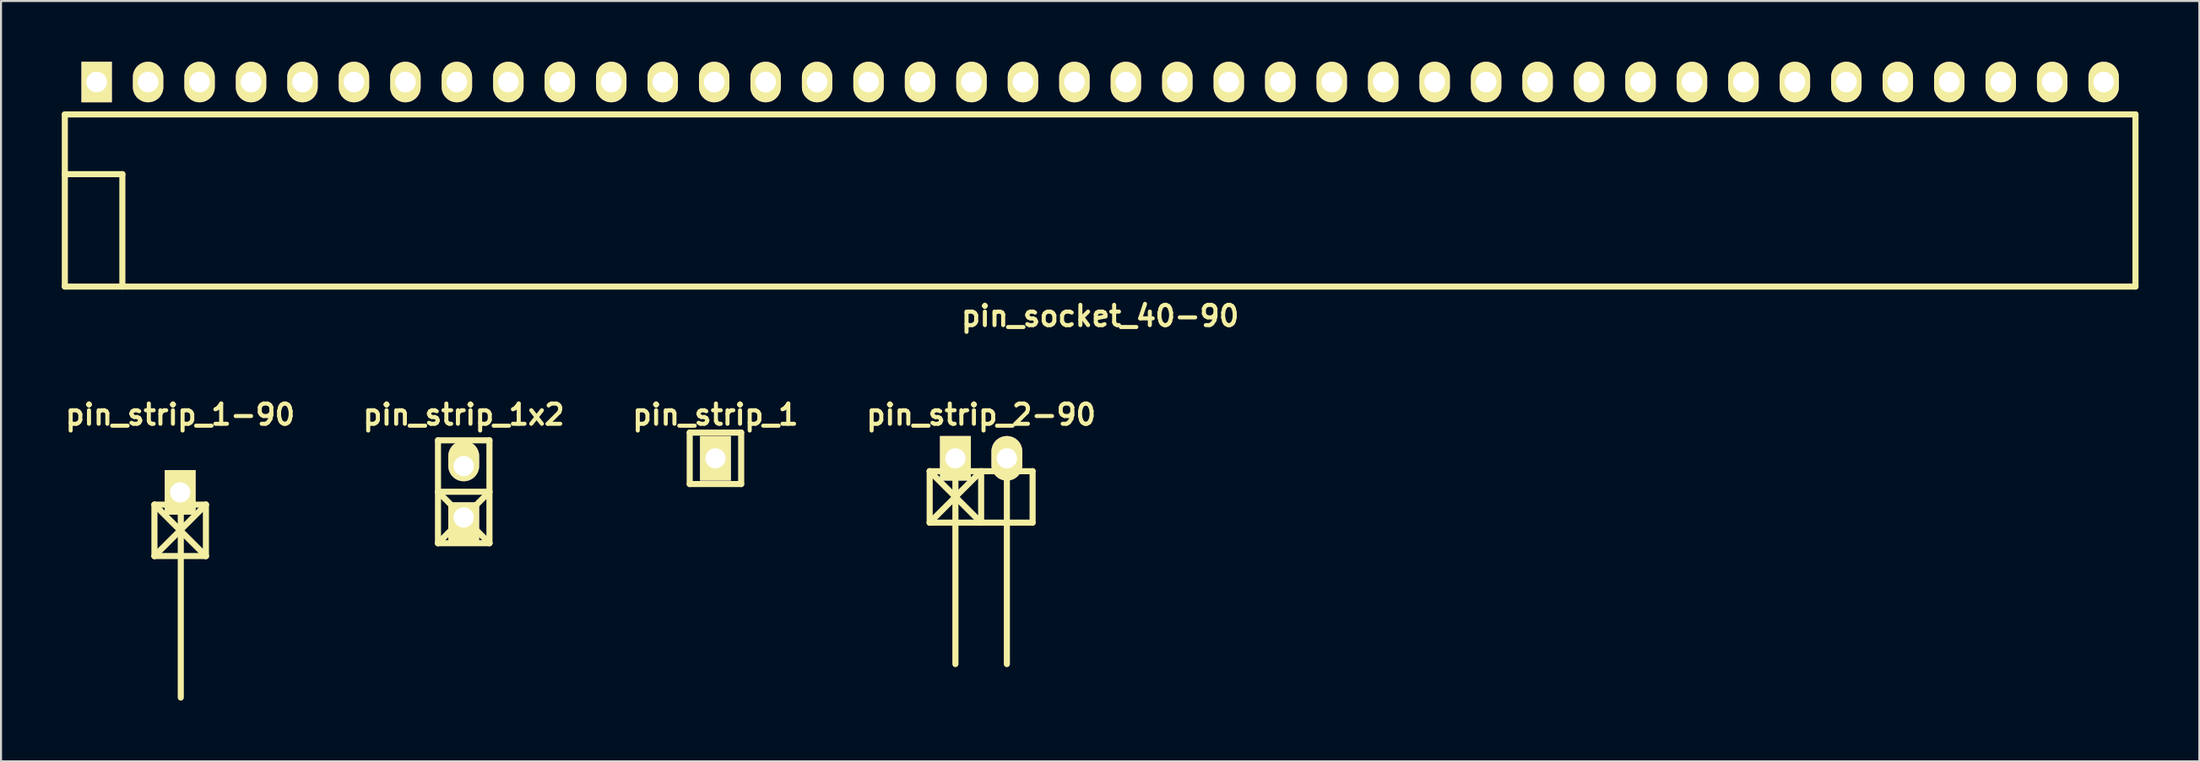
<source format=kicad_pcb>
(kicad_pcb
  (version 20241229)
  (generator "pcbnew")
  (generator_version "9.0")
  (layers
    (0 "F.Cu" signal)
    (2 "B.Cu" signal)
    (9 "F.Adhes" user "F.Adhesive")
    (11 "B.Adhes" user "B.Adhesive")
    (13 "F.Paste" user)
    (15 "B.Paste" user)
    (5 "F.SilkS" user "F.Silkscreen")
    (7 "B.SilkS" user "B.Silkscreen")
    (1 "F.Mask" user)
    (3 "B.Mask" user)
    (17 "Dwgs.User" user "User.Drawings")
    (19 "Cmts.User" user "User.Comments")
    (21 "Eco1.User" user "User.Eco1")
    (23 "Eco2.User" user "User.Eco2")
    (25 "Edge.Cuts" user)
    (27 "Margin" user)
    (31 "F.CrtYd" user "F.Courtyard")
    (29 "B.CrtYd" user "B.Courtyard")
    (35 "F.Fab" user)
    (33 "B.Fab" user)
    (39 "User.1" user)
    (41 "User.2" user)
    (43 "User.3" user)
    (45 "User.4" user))
  (footprint "pin_strip_1"
    (layer "F.Cu")
    (at 32.262 19.581)
    (property "Reference" "pin_strip_1" (at 0 -2.159 0) (layer "F.SilkS") (effects (font (size 1 1) (thickness 0.2))))
    (attr through_hole)
    (fp_line (start -1.27 -1.27) (end 1.27 -1.27) (stroke (width 0.3) (type solid)) (layer "F.SilkS"))
    (fp_line (start -1.27 1.27) (end -1.27 -1.27) (stroke (width 0.3) (type solid)) (layer "F.SilkS"))
    (fp_line (start 1.27 -1.27) (end 1.27 1.27) (stroke (width 0.3) (type solid)) (layer "F.SilkS"))
    (fp_line (start 1.27 1.27) (end -1.27 1.27) (stroke (width 0.3) (type solid)) (layer "F.SilkS"))
    (pad "1" thru_hole rect (at 0 0) (size 1.524 2.2) (drill 1.001) (layers "*.Cu" "*.Mask" "F.SilkS")))
  (footprint "pin_strip_2-90"
    (layer "F.Cu")
    (at 45.376 19.581)
    (property "Reference" "pin_strip_2-90" (at 0 -2.159 0) (layer "F.SilkS") (effects (font (size 1 1) (thickness 0.2))))
    (attr through_hole)
    (fp_line (start -2.54 3.175) (end -2.54 0.635) (stroke (width 0.3) (type solid)) (layer "F.SilkS"))
    (fp_line (start -2.54 3.175) (end 2.54 3.175) (stroke (width 0.3) (type solid)) (layer "F.SilkS"))
    (fp_line (start -1.27 0) (end -1.27 10.16) (stroke (width 0.3) (type solid)) (layer "F.SilkS"))
    (fp_line (start 0 0.635) (end -2.54 3.175) (stroke (width 0.3) (type solid)) (layer "F.SilkS"))
    (fp_line (start 0 3.175) (end -2.54 0.635) (stroke (width 0.3) (type solid)) (layer "F.SilkS"))
    (fp_line (start 0 3.175) (end 0 0.635) (stroke (width 0.3) (type solid)) (layer "F.SilkS"))
    (fp_line (start 1.27 0) (end 1.27 10.16) (stroke (width 0.3) (type solid)) (layer "F.SilkS"))
    (fp_line (start 2.54 0.635) (end -2.54 0.635) (stroke (width 0.3) (type solid)) (layer "F.SilkS"))
    (fp_line (start 2.54 3.175) (end 2.54 0.635) (stroke (width 0.3) (type solid)) (layer "F.SilkS"))
    (pad "1" thru_hole rect (at -1.27 0) (size 1.524 2.2) (drill 1.001) (layers "*.Cu" "*.Mask" "F.SilkS"))
    (pad "2" thru_hole oval (at 1.27 0) (size 1.524 2.2) (drill 1.001) (layers "*.Cu" "*.Mask" "F.SilkS")))
  (footprint "pin_socket_40-90"
    (layer "F.Cu")
    (at 51.25 5.55)
    (property "Reference" "pin_socket_40-90" (at 0 7 0) (layer "F.SilkS") (effects (font (size 1 1) (thickness 0.2))))
    (attr through_hole)
    (fp_line (start -51.1 -2.95) (end -51.1 5.55) (stroke (width 0.3) (type solid)) (layer "F.SilkS"))
    (fp_line (start -51.1 -2.95) (end 51.1 -2.95) (stroke (width 0.3) (type solid)) (layer "F.SilkS"))
    (fp_line (start -51.1 0) (end -48.26 0) (stroke (width 0.3) (type solid)) (layer "F.SilkS"))
    (fp_line (start -51.1 5.55) (end 51.1 5.55) (stroke (width 0.3) (type solid)) (layer "F.SilkS"))
    (fp_line (start -48.26 0) (end -48.26 5.55) (stroke (width 0.3) (type solid)) (layer "F.SilkS"))
    (fp_line (start 51.1 -2.95) (end 51.1 5.55) (stroke (width 0.3) (type solid)) (layer "F.SilkS"))
    (pad "1" thru_hole rect (at -49.53 -4.55) (size 1.5 2) (drill 1.02) (layers "*.Cu" "*.Mask" "F.SilkS"))
    (pad "2" thru_hole oval (at -46.99 -4.55) (size 1.5 2) (drill 1.02) (layers "*.Cu" "*.Mask" "F.SilkS"))
    (pad "3" thru_hole oval (at -44.45 -4.55) (size 1.5 2) (drill 1.02) (layers "*.Cu" "*.Mask" "F.SilkS"))
    (pad "4" thru_hole oval (at -41.91 -4.55) (size 1.5 2) (drill 1.02) (layers "*.Cu" "*.Mask" "F.SilkS"))
    (pad "5" thru_hole oval (at -39.37 -4.55) (size 1.5 2) (drill 1.02) (layers "*.Cu" "*.Mask" "F.SilkS"))
    (pad "6" thru_hole oval (at -36.83 -4.55) (size 1.5 2) (drill 1.02) (layers "*.Cu" "*.Mask" "F.SilkS"))
    (pad "7" thru_hole oval (at -34.29 -4.55) (size 1.5 2) (drill 1.02) (layers "*.Cu" "*.Mask" "F.SilkS"))
    (pad "8" thru_hole oval (at -31.75 -4.55) (size 1.5 2) (drill 1.02) (layers "*.Cu" "*.Mask" "F.SilkS"))
    (pad "9" thru_hole oval (at -29.21 -4.55) (size 1.5 2) (drill 1.02) (layers "*.Cu" "*.Mask" "F.SilkS"))
    (pad "10" thru_hole oval (at -26.67 -4.55) (size 1.5 2) (drill 1.02) (layers "*.Cu" "*.Mask" "F.SilkS"))
    (pad "12" thru_hole oval (at -21.59 -4.55) (size 1.5 2) (drill 1.02) (layers "*.Cu" "*.Mask" "F.SilkS"))
    (pad "13" thru_hole oval (at -19.05 -4.55) (size 1.5 2) (drill 1.02) (layers "*.Cu" "*.Mask" "F.SilkS"))
    (pad "14" thru_hole oval (at -16.51 -4.55) (size 1.5 2) (drill 1.02) (layers "*.Cu" "*.Mask" "F.SilkS"))
    (pad "15" thru_hole oval (at -13.97 -4.55) (size 1.5 2) (drill 1.02) (layers "*.Cu" "*.Mask" "F.SilkS"))
    (pad "16" thru_hole oval (at -11.43 -4.55) (size 1.5 2) (drill 1.02) (layers "*.Cu" "*.Mask" "F.SilkS"))
    (pad "17" thru_hole oval (at -8.89 -4.55) (size 1.5 2) (drill 1.02) (layers "*.Cu" "*.Mask" "F.SilkS"))
    (pad "18" thru_hole oval (at -6.35 -4.55) (size 1.5 2) (drill 1.02) (layers "*.Cu" "*.Mask" "F.SilkS"))
    (pad "19" thru_hole oval (at -3.81 -4.55) (size 1.5 2) (drill 1.02) (layers "*.Cu" "*.Mask" "F.SilkS"))
    (pad "20" thru_hole oval (at -1.27 -4.55) (size 1.5 2) (drill 1.02) (layers "*.Cu" "*.Mask" "F.SilkS"))
    (pad "21" thru_hole oval (at 1.27 -4.55) (size 1.5 2) (drill 1.02) (layers "*.Cu" "*.Mask" "F.SilkS"))
    (pad "22" thru_hole oval (at 3.81 -4.55) (size 1.5 2) (drill 1.02) (layers "*.Cu" "*.Mask" "F.SilkS"))
    (pad "23" thru_hole oval (at 6.35 -4.55) (size 1.5 2) (drill 1.02) (layers "*.Cu" "*.Mask" "F.SilkS"))
    (pad "24" thru_hole oval (at 8.89 -4.55) (size 1.5 2) (drill 1.02) (layers "*.Cu" "*.Mask" "F.SilkS"))
    (pad "25" thru_hole oval (at 11.43 -4.55) (size 1.5 2) (drill 1.02) (layers "*.Cu" "*.Mask" "F.SilkS"))
    (pad "26" thru_hole oval (at 13.97 -4.55) (size 1.5 2) (drill 1.02) (layers "*.Cu" "*.Mask" "F.SilkS"))
    (pad "27" thru_hole oval (at 16.51 -4.55) (size 1.5 2) (drill 1.02) (layers "*.Cu" "*.Mask" "F.SilkS"))
    (pad "28" thru_hole oval (at 19.05 -4.55) (size 1.5 2) (drill 1.02) (layers "*.Cu" "*.Mask" "F.SilkS"))
    (pad "29" thru_hole oval (at 21.59 -4.55) (size 1.5 2) (drill 1.02) (layers "*.Cu" "*.Mask" "F.SilkS"))
    (pad "30" thru_hole oval (at 24.13 -4.55) (size 1.5 2) (drill 1.02) (layers "*.Cu" "*.Mask" "F.SilkS"))
    (pad "31" thru_hole oval (at 26.67 -4.55) (size 1.5 2) (drill 1.02) (layers "*.Cu" "*.Mask" "F.SilkS"))
    (pad "32" thru_hole oval (at 29.21 -4.55) (size 1.5 2) (drill 1.02) (layers "*.Cu" "*.Mask" "F.SilkS"))
    (pad "33" thru_hole oval (at 31.75 -4.55) (size 1.5 2) (drill 1.02) (layers "*.Cu" "*.Mask" "F.SilkS"))
    (pad "34" thru_hole oval (at 34.29 -4.55) (size 1.5 2) (drill 1.02) (layers "*.Cu" "*.Mask" "F.SilkS"))
    (pad "35" thru_hole oval (at 36.83 -4.55) (size 1.5 2) (drill 1.02) (layers "*.Cu" "*.Mask" "F.SilkS"))
    (pad "36" thru_hole oval (at 39.37 -4.55) (size 1.5 2) (drill 1.02) (layers "*.Cu" "*.Mask" "F.SilkS"))
    (pad "37" thru_hole oval (at 41.91 -4.55) (size 1.5 2) (drill 1.02) (layers "*.Cu" "*.Mask" "F.SilkS"))
    (pad "38" thru_hole oval (at 44.45 -4.55) (size 1.5 2) (drill 1.02) (layers "*.Cu" "*.Mask" "F.SilkS"))
    (pad "39" thru_hole oval (at 46.99 -4.55) (size 1.5 2) (drill 1.02) (layers "*.Cu" "*.Mask" "F.SilkS"))
    (pad "40" thru_hole oval (at 49.53 -4.55) (size 1.5 2) (drill 1.02) (layers "*.Cu" "*.Mask" "F.SilkS"))
    (pad "1121" thru_hole oval (at -24.13 -4.55) (size 1.5 2) (drill 1.02) (layers "*.Cu" "*.Mask" "F.SilkS")))
  (footprint "pin_strip_1-90"
    (layer "F.Cu")
    (at 5.843 21.232)
    (property "Reference" "pin_strip_1-90" (at 0 -3.81 0) (layer "F.SilkS") (effects (font (size 1 1) (thickness 0.2))))
    (attr through_hole)
    (fp_line (start -1.27 0.635) (end 1.27 0.635) (stroke (width 0.3) (type solid)) (layer "F.SilkS"))
    (fp_line (start -1.27 0.635) (end 1.27 3.175) (stroke (width 0.3) (type solid)) (layer "F.SilkS"))
    (fp_line (start -1.27 3.175) (end -1.27 0.635) (stroke (width 0.3) (type solid)) (layer "F.SilkS"))
    (fp_line (start -1.27 3.175) (end 1.27 0.635) (stroke (width 0.3) (type solid)) (layer "F.SilkS"))
    (fp_line (start 0.03 0) (end 0.03 10.16) (stroke (width 0.3) (type solid)) (layer "F.SilkS"))
    (fp_line (start 1.27 0.635) (end 1.27 3.175) (stroke (width 0.3) (type solid)) (layer "F.SilkS"))
    (fp_line (start 1.27 3.175) (end -1.27 3.175) (stroke (width 0.3) (type solid)) (layer "F.SilkS"))
    (pad "1" thru_hole rect (at 0 0.03) (size 1.524 2.2) (drill 1.001) (layers "*.Cu" "*.Mask" "F.SilkS")))
  (footprint "pin_strip_1x2"
    (layer "F.Cu")
    (at 19.838 21.232)
    (property "Reference" "pin_strip_1x2" (at 0 -3.81 0) (layer "F.SilkS") (effects (font (size 1 1) (thickness 0.2))))
    (attr through_hole)
    (fp_line (start -1.27 -2.54) (end -1.27 2.54) (stroke (width 0.3) (type solid)) (layer "F.SilkS"))
    (fp_line (start -1.27 -2.54) (end 1.27 -2.54) (stroke (width 0.3) (type solid)) (layer "F.SilkS"))
    (fp_line (start -1.27 0) (end 1.27 0) (stroke (width 0.3) (type solid)) (layer "F.SilkS"))
    (fp_line (start -1.27 0) (end 1.27 2.54) (stroke (width 0.3) (type solid)) (layer "F.SilkS"))
    (fp_line (start 1.27 -2.54) (end 1.27 2.54) (stroke (width 0.3) (type solid)) (layer "F.SilkS"))
    (fp_line (start 1.27 0) (end -1.27 2.54) (stroke (width 0.3) (type solid)) (layer "F.SilkS"))
    (fp_line (start 1.27 2.54) (end -1.27 2.54) (stroke (width 0.3) (type solid)) (layer "F.SilkS"))
    (pad "1" thru_hole rect (at 0 1.27) (size 1.524 1.999) (drill 1.001 (offset 0 0.249)) (layers "*.Cu" "*.Mask" "F.SilkS"))
    (pad "2" thru_hole oval (at 0 -1.27) (size 1.524 1.999) (drill 1.001 (offset 0 -0.249)) (layers "*.Cu" "*.Mask" "F.SilkS")))
  (gr_rect
    (start -3 -3)
    (end 105.5 34.542)
    (stroke (width 0.1) (type default))
    (fill no)
    (layer "Edge.Cuts")))
</source>
